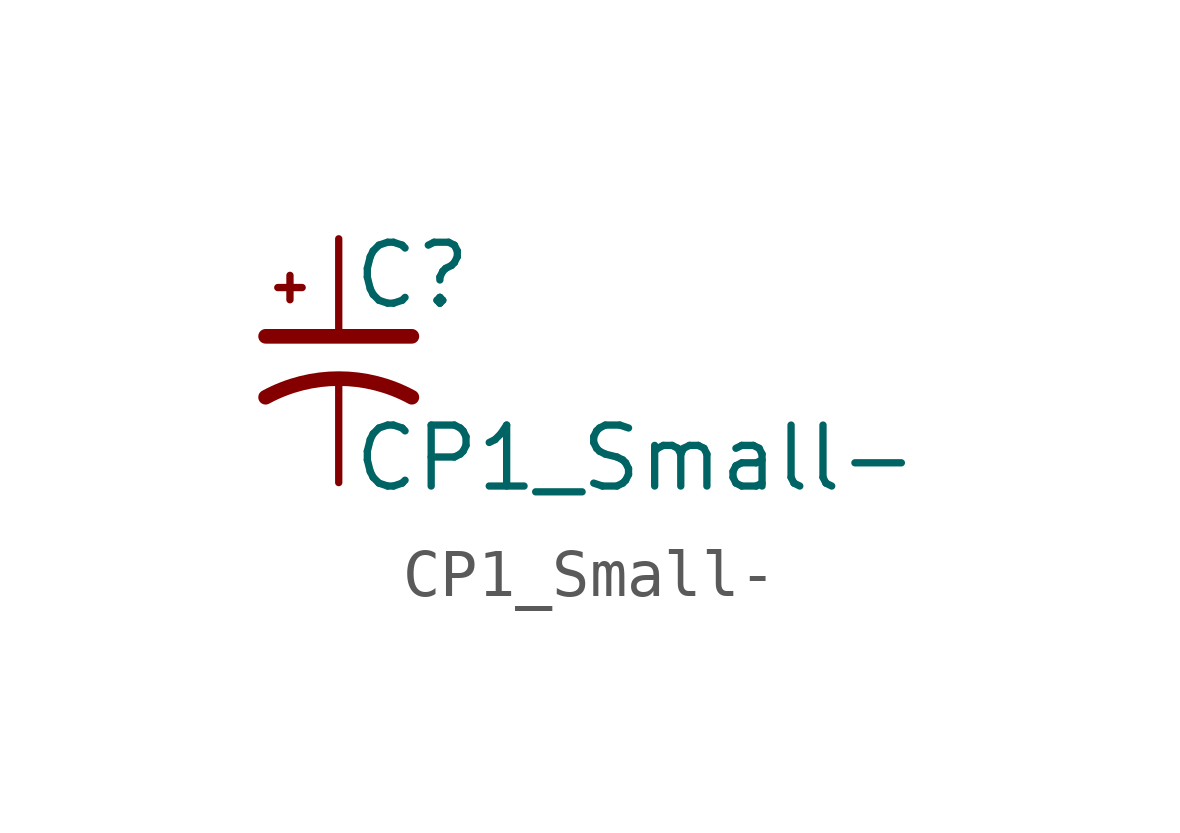
<source format=kicad_sym>
(kicad_symbol_lib
  (version 20220914)
  (generator kicad_symbol_editor)
  (symbol "CP1_Small-"
    (pin_numbers hide)
    (pin_names
      (offset 0.254) hide)
    (property "Reference" "C"
      (at 0.254 1.778 0)
      (effects (font (size 1.27 1.27)) (justify left)))
    (property "Value" "CP1_Small-"
      (at 0.254 -2.032 0)
      (effects (font (size 1.27 1.27)) (justify left)))
    (symbol "CP1_Small-_0_1"
      (polyline (pts (xy -1.524 0.508) (xy 1.524 0.508)) (stroke (width 0.305) (type solid)) (fill (type none)))
      (polyline (pts (xy -1.27 1.524) (xy -0.762 1.524)) (stroke (width 0) (type solid)) (fill (type none)))
      (polyline (pts (xy -1.016 1.27) (xy -1.016 1.778)) (stroke (width 0) (type solid)) (fill (type none)))
      (arc (start 1.524 -0.762) (mid 0 -0.3734) (end -1.524 -0.762) (stroke (width 0.3048) (type solid)) (fill (type none))))
    (symbol "CP1_Small-_1_1"
      (pin passive line (at 0 2.54 270) (length 2.032) (name "~" (effects (font (size 1.27 1.27)))) (number "1" (effects (font (size 1.27 1.27)))))
      (pin passive line (at 0 -2.54 90) (length 2.032) (name "~" (effects (font (size 1.27 1.27)))) (number "2" (effects (font (size 1.27 1.27))))))))
</source>
